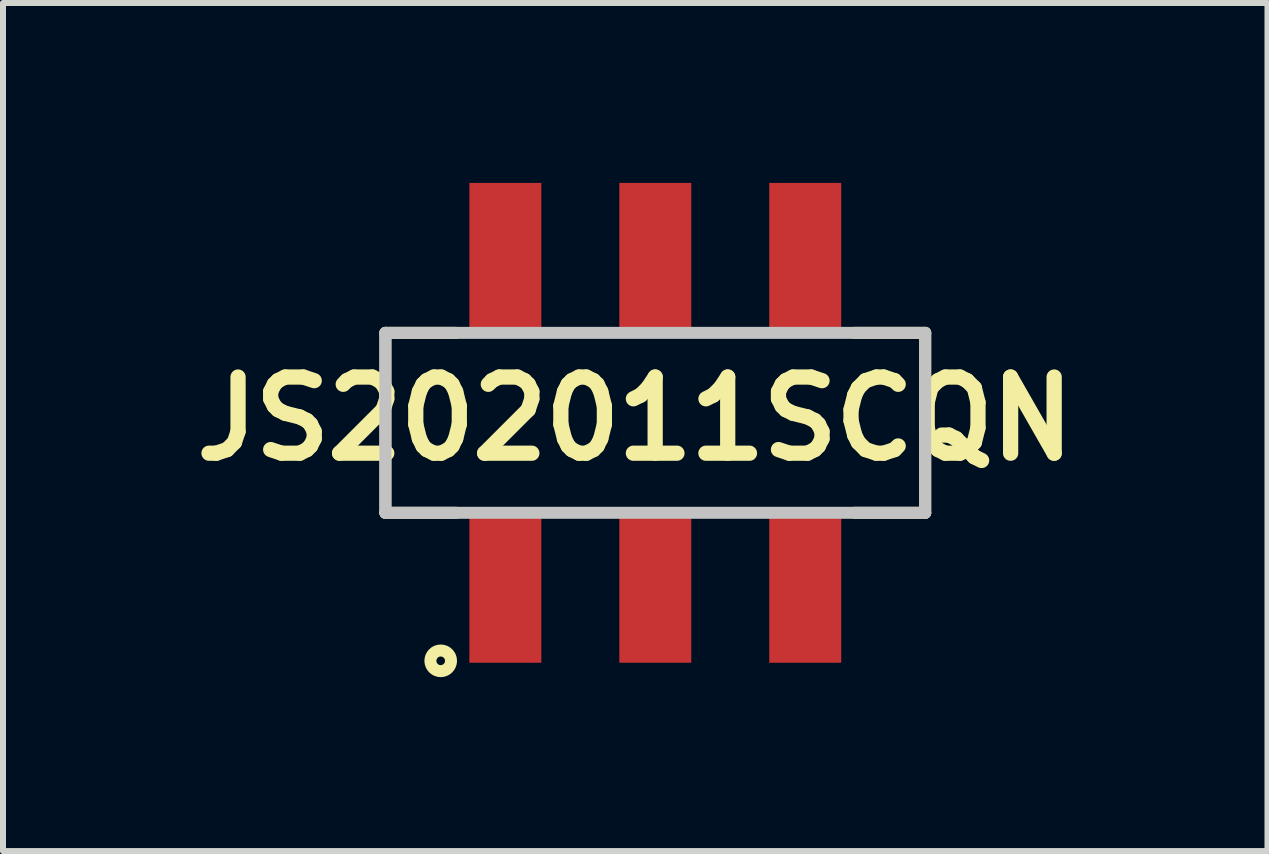
<source format=kicad_pcb>
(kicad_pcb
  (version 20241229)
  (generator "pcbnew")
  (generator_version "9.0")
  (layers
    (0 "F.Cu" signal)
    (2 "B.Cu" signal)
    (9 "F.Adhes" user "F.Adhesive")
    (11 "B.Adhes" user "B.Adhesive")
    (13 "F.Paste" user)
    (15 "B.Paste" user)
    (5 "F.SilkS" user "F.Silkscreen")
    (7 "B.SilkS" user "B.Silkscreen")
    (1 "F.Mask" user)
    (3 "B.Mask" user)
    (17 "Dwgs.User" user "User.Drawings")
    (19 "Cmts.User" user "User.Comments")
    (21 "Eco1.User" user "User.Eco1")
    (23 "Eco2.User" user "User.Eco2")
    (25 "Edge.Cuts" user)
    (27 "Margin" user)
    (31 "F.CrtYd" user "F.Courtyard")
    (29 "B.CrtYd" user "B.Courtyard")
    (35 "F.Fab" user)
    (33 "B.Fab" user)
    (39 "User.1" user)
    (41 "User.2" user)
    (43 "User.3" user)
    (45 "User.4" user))
  (footprint "JS202011SCQN"
    (layer "F.Cu")
    (at 7.876 4)
    (property "Reference" "JS202011SCQN" (at -0.335 -0.068 0) (layer "F.SilkS") (effects (font (size 1.27 1.27) (thickness 0.254))))
    (attr smd)
    (fp_line (start -4.5 -1.5) (end -4.5 1.5) (stroke (width 0.2) (type solid)) (layer "F.SilkS"))
    (fp_line (start -4.5 -1.5) (end -3.323 -1.5) (stroke (width 0.2) (type solid)) (layer "F.SilkS"))
    (fp_line (start -4.5 1.5) (end -3.323 1.5) (stroke (width 0.2) (type solid)) (layer "F.SilkS"))
    (fp_line (start 4.5 -1.5) (end 3.323 -1.5) (stroke (width 0.2) (type solid)) (layer "F.SilkS"))
    (fp_line (start 4.5 1.5) (end 3.323 1.5) (stroke (width 0.2) (type solid)) (layer "F.SilkS"))
    (fp_line (start 4.5 1.5) (end 4.5 -1.5) (stroke (width 0.2) (type solid)) (layer "F.SilkS"))
    (fp_circle (center -3.578 3.968) (end -3.578 4.04) (stroke (width 0.2) (type solid)) (fill no) (layer "F.SilkS"))
    (fp_line (start -4.5 -1.5) (end 4.5 -1.5) (stroke (width 0.2) (type solid)) (layer "Dwgs.User"))
    (fp_line (start -4.5 1.5) (end -4.5 -1.5) (stroke (width 0.2) (type solid)) (layer "Dwgs.User"))
    (fp_line (start 4.5 -1.5) (end 4.5 1.5) (stroke (width 0.2) (type solid)) (layer "Dwgs.User"))
    (fp_line (start 4.5 1.5) (end -4.5 1.5) (stroke (width 0.2) (type solid)) (layer "Dwgs.User"))
    (pad "1" smd rect (at -2.5 2.75) (size 1.2 2.5) (layers "F.Cu" "F.Paste"))
    (pad "2" smd rect (at 0 2.75) (size 1.2 2.5) (layers "F.Cu" "F.Paste"))
    (pad "3" smd rect (at 2.5 2.75) (size 1.2 2.5) (layers "F.Cu" "F.Paste"))
    (pad "4" smd rect (at 2.5 -2.75) (size 1.2 2.5) (layers "F.Cu" "F.Paste"))
    (pad "5" smd rect (at 0 -2.75) (size 1.2 2.5) (layers "F.Cu" "F.Paste"))
    (pad "6" smd rect (at -2.5 -2.75) (size 1.2 2.5) (layers "F.Cu" "F.Paste")))
  (gr_rect
    (start -3 -3)
    (end 18.083 11.14)
    (stroke (width 0.1) (type default))
    (fill no)
    (layer "Edge.Cuts")))
</source>
